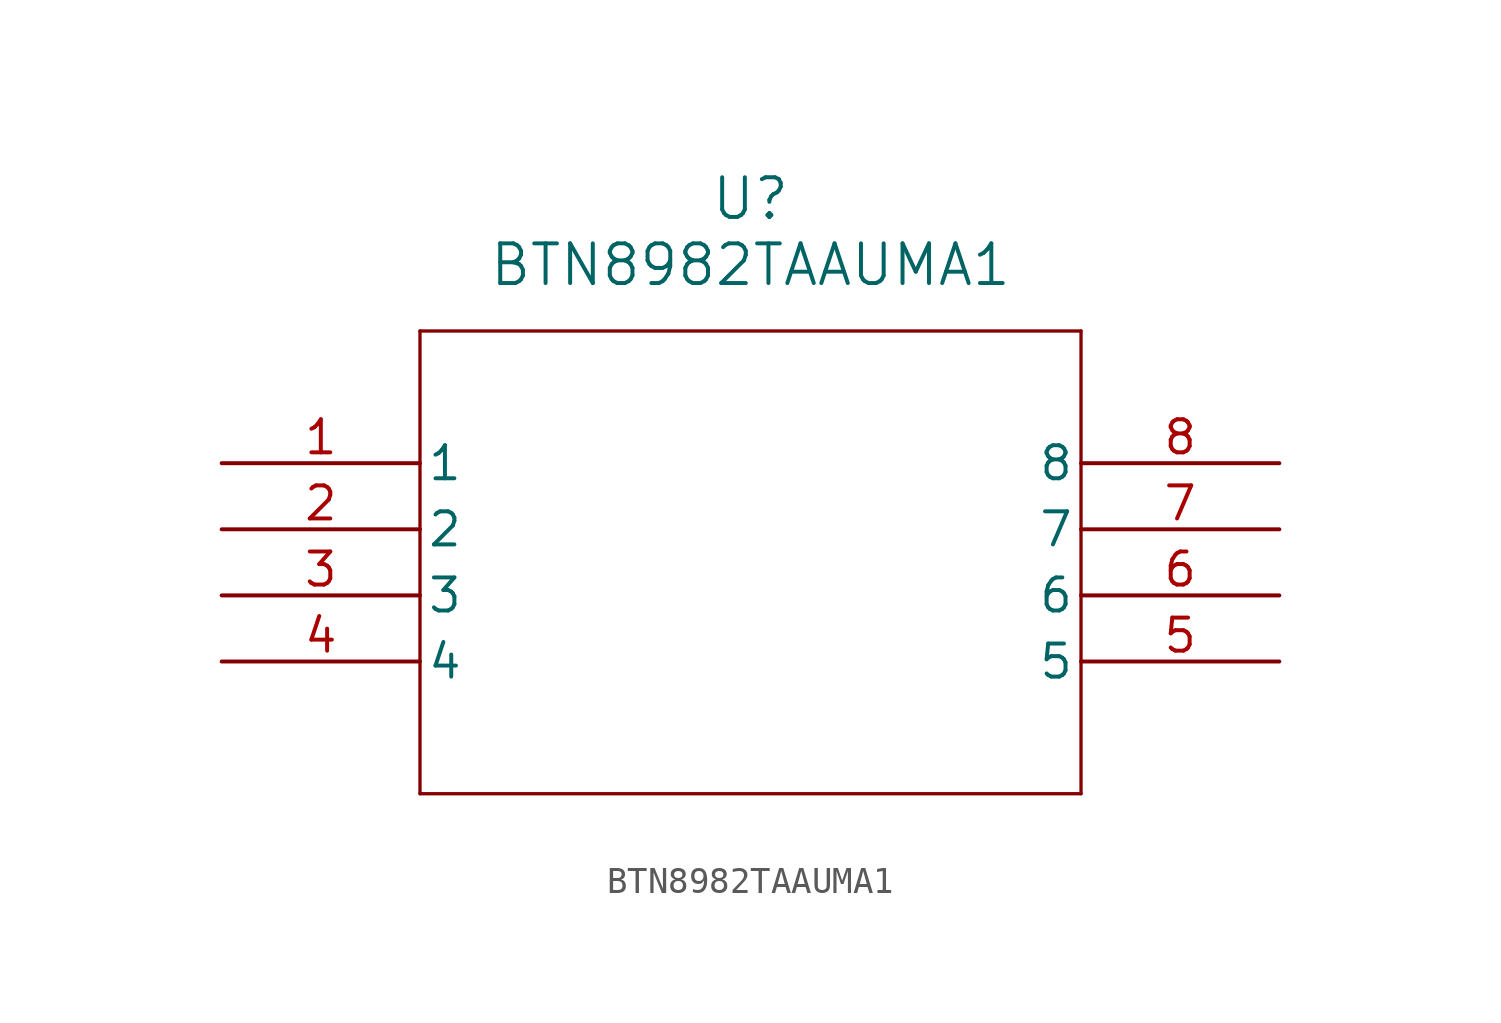
<source format=kicad_sym>
(kicad_symbol_lib
  (version 20211014)
  (generator kicad_symbol_editor)
  (symbol "BTN8982TAAUMA1"
    (pin_names
      (offset 0.254))
    (property "Reference" "U"
      (at 20.32 10.16 0)
      (effects (font (size 1.524 1.524))))
    (property "Value" "BTN8982TAAUMA1"
      (at 20.32 7.62 0)
      (effects (font (size 1.524 1.524))))
    (symbol "BTN8982TAAUMA1_0_1"
      (polyline (pts (xy 7.62 5.08) (xy 7.62 -12.7)) (stroke (width 0.127) (type default) (color 0 0 0 0)) (fill (type none)))
      (polyline (pts (xy 7.62 -12.7) (xy 33.02 -12.7)) (stroke (width 0.127) (type default) (color 0 0 0 0)) (fill (type none)))
      (polyline (pts (xy 33.02 -12.7) (xy 33.02 5.08)) (stroke (width 0.127) (type default) (color 0 0 0 0)) (fill (type none)))
      (polyline (pts (xy 33.02 5.08) (xy 7.62 5.08)) (stroke (width 0.127) (type default) (color 0 0 0 0)) (fill (type none)))
      (pin power_out line (at 0 0 0) (length 7.62) (name "1" (effects (font (size 1.27 1.27)))) (number "1" (effects (font (size 1.27 1.27)))))
      (pin input line (at 0 -2.54 0) (length 7.62) (name "2" (effects (font (size 1.27 1.27)))) (number "2" (effects (font (size 1.27 1.27)))))
      (pin input line (at 0 -5.08 0) (length 7.62) (name "3" (effects (font (size 1.27 1.27)))) (number "3" (effects (font (size 1.27 1.27)))))
      (pin output line (at 0 -7.62 0) (length 7.62) (name "4" (effects (font (size 1.27 1.27)))) (number "4" (effects (font (size 1.27 1.27)))))
      (pin input line (at 40.64 -7.62 180) (length 7.62) (name "5" (effects (font (size 1.27 1.27)))) (number "5" (effects (font (size 1.27 1.27)))))
      (pin output line (at 40.64 -5.08 180) (length 7.62) (name "6" (effects (font (size 1.27 1.27)))) (number "6" (effects (font (size 1.27 1.27)))))
      (pin unspecified line (at 40.64 -2.54 180) (length 7.62) (name "7" (effects (font (size 1.27 1.27)))) (number "7" (effects (font (size 1.27 1.27)))))
      (pin unspecified line (at 40.64 0 180) (length 7.62) (name "8" (effects (font (size 1.27 1.27)))) (number "8" (effects (font (size 1.27 1.27))))))))
</source>
